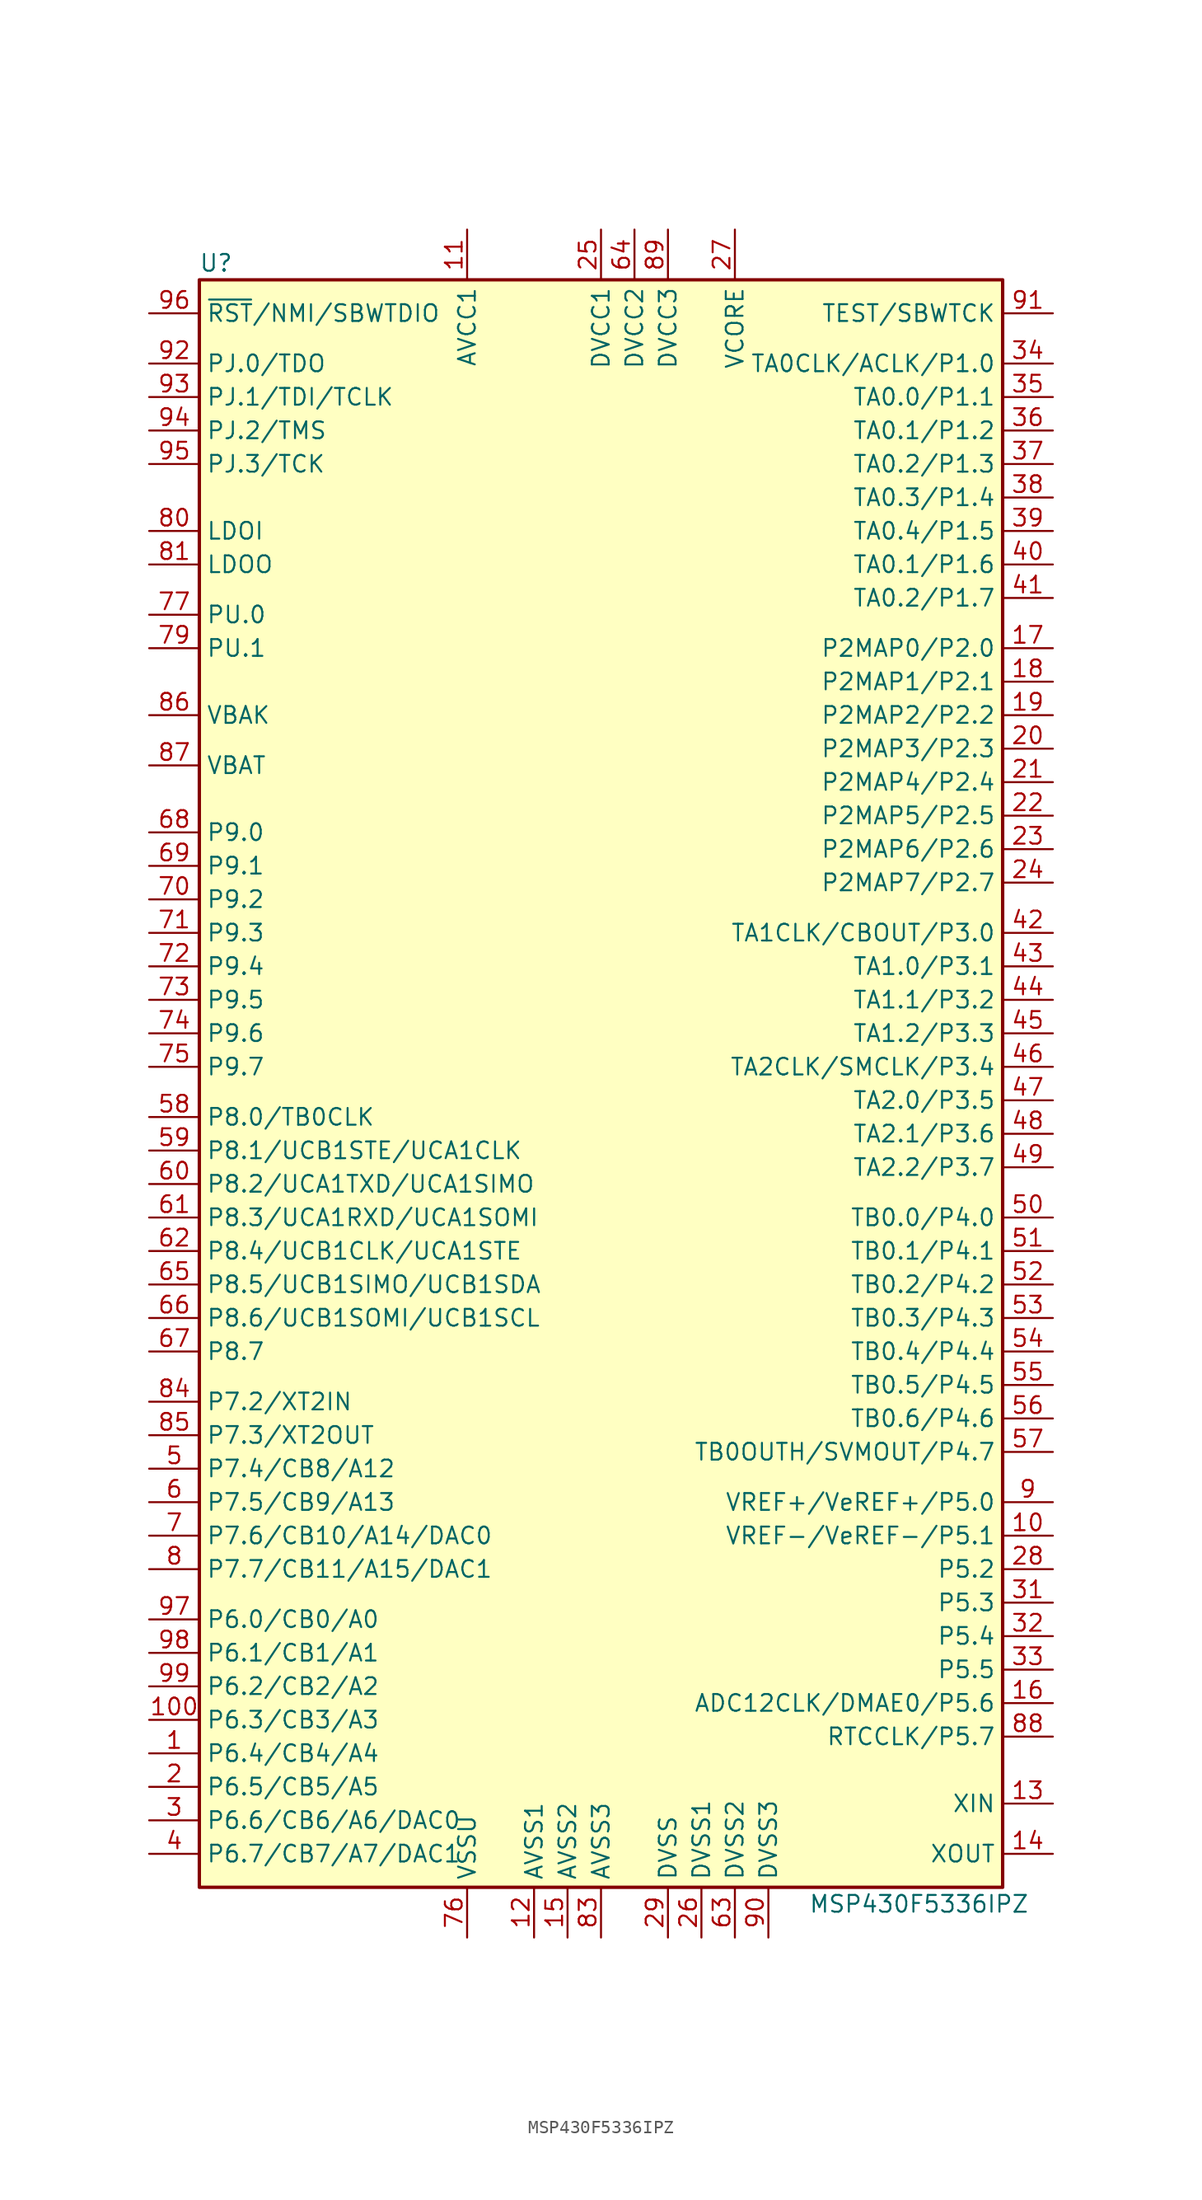
<source format=kicad_sym>
(kicad_symbol_lib
  (version 20220914)
  (generator kicad_symbol_editor)
  (symbol "MSP430F5336IPZ"
    (property "Reference" "U"
      (at -29.21 60.96 0)
      (effects (font (size 1.27 1.27))))
    (property "Value" "MSP430F5336IPZ"
      (at 24.13 -63.5 0)
      (effects (font (size 1.27 1.27))))
    (symbol "MSP430F5336IPZ_0_1"
      (rectangle (start -30.48 59.69) (end 30.48 -62.23) (stroke (width 0.254) (type default)) (fill (type background))))
    (symbol "MSP430F5336IPZ_1_1"
      (pin bidirectional line (at -34.29 -52.07 0) (length 3.81) (name "P6.4/CB4/A4" (effects (font (size 1.27 1.27)))) (number "1" (effects (font (size 1.27 1.27)))))
      (pin bidirectional line (at 34.29 -35.56 180) (length 3.81) (name "VREF-/VeREF-/P5.1" (effects (font (size 1.27 1.27)))) (number "10" (effects (font (size 1.27 1.27)))))
      (pin bidirectional line (at -34.29 -49.53 0) (length 3.81) (name "P6.3/CB3/A3" (effects (font (size 1.27 1.27)))) (number "100" (effects (font (size 1.27 1.27)))))
      (pin power_in line (at -10.16 63.5 270) (length 3.81) (name "AVCC1" (effects (font (size 1.27 1.27)))) (number "11" (effects (font (size 1.27 1.27)))))
      (pin power_in line (at -5.08 -66.04 90) (length 3.81) (name "AVSS1" (effects (font (size 1.27 1.27)))) (number "12" (effects (font (size 1.27 1.27)))))
      (pin bidirectional line (at 34.29 -55.88 180) (length 3.81) (name "XIN" (effects (font (size 1.27 1.27)))) (number "13" (effects (font (size 1.27 1.27)))))
      (pin bidirectional line (at 34.29 -59.69 180) (length 3.81) (name "XOUT" (effects (font (size 1.27 1.27)))) (number "14" (effects (font (size 1.27 1.27)))))
      (pin power_in line (at -2.54 -66.04 90) (length 3.81) (name "AVSS2" (effects (font (size 1.27 1.27)))) (number "15" (effects (font (size 1.27 1.27)))))
      (pin bidirectional line (at 34.29 -48.26 180) (length 3.81) (name "ADC12CLK/DMAE0/P5.6" (effects (font (size 1.27 1.27)))) (number "16" (effects (font (size 1.27 1.27)))))
      (pin bidirectional line (at 34.29 31.75 180) (length 3.81) (name "P2MAP0/P2.0" (effects (font (size 1.27 1.27)))) (number "17" (effects (font (size 1.27 1.27)))))
      (pin bidirectional line (at 34.29 29.21 180) (length 3.81) (name "P2MAP1/P2.1" (effects (font (size 1.27 1.27)))) (number "18" (effects (font (size 1.27 1.27)))))
      (pin bidirectional line (at 34.29 26.67 180) (length 3.81) (name "P2MAP2/P2.2" (effects (font (size 1.27 1.27)))) (number "19" (effects (font (size 1.27 1.27)))))
      (pin bidirectional line (at -34.29 -54.61 0) (length 3.81) (name "P6.5/CB5/A5" (effects (font (size 1.27 1.27)))) (number "2" (effects (font (size 1.27 1.27)))))
      (pin bidirectional line (at 34.29 24.13 180) (length 3.81) (name "P2MAP3/P2.3" (effects (font (size 1.27 1.27)))) (number "20" (effects (font (size 1.27 1.27)))))
      (pin bidirectional line (at 34.29 21.59 180) (length 3.81) (name "P2MAP4/P2.4" (effects (font (size 1.27 1.27)))) (number "21" (effects (font (size 1.27 1.27)))))
      (pin bidirectional line (at 34.29 19.05 180) (length 3.81) (name "P2MAP5/P2.5" (effects (font (size 1.27 1.27)))) (number "22" (effects (font (size 1.27 1.27)))))
      (pin bidirectional line (at 34.29 16.51 180) (length 3.81) (name "P2MAP6/P2.6" (effects (font (size 1.27 1.27)))) (number "23" (effects (font (size 1.27 1.27)))))
      (pin bidirectional line (at 34.29 13.97 180) (length 3.81) (name "P2MAP7/P2.7" (effects (font (size 1.27 1.27)))) (number "24" (effects (font (size 1.27 1.27)))))
      (pin power_in line (at 0 63.5 270) (length 3.81) (name "DVCC1" (effects (font (size 1.27 1.27)))) (number "25" (effects (font (size 1.27 1.27)))))
      (pin power_in line (at 7.62 -66.04 90) (length 3.81) (name "DVSS1" (effects (font (size 1.27 1.27)))) (number "26" (effects (font (size 1.27 1.27)))))
      (pin bidirectional line (at 10.16 63.5 270) (length 3.81) (name "VCORE" (effects (font (size 1.27 1.27)))) (number "27" (effects (font (size 1.27 1.27)))))
      (pin bidirectional line (at 34.29 -38.1 180) (length 3.81) (name "P5.2" (effects (font (size 1.27 1.27)))) (number "28" (effects (font (size 1.27 1.27)))))
      (pin power_in line (at 5.08 -66.04 90) (length 3.81) (name "DVSS" (effects (font (size 1.27 1.27)))) (number "29" (effects (font (size 1.27 1.27)))))
      (pin bidirectional line (at -34.29 -57.15 0) (length 3.81) (name "P6.6/CB6/A6/DAC0" (effects (font (size 1.27 1.27)))) (number "3" (effects (font (size 1.27 1.27)))))
      (pin bidirectional line (at 34.29 -40.64 180) (length 3.81) (name "P5.3" (effects (font (size 1.27 1.27)))) (number "31" (effects (font (size 1.27 1.27)))))
      (pin bidirectional line (at 34.29 -43.18 180) (length 3.81) (name "P5.4" (effects (font (size 1.27 1.27)))) (number "32" (effects (font (size 1.27 1.27)))))
      (pin bidirectional line (at 34.29 -45.72 180) (length 3.81) (name "P5.5" (effects (font (size 1.27 1.27)))) (number "33" (effects (font (size 1.27 1.27)))))
      (pin bidirectional line (at 34.29 53.34 180) (length 3.81) (name "TA0CLK/ACLK/P1.0" (effects (font (size 1.27 1.27)))) (number "34" (effects (font (size 1.27 1.27)))))
      (pin bidirectional line (at 34.29 50.8 180) (length 3.81) (name "TA0.0/P1.1" (effects (font (size 1.27 1.27)))) (number "35" (effects (font (size 1.27 1.27)))))
      (pin bidirectional line (at 34.29 48.26 180) (length 3.81) (name "TA0.1/P1.2" (effects (font (size 1.27 1.27)))) (number "36" (effects (font (size 1.27 1.27)))))
      (pin bidirectional line (at 34.29 45.72 180) (length 3.81) (name "TA0.2/P1.3" (effects (font (size 1.27 1.27)))) (number "37" (effects (font (size 1.27 1.27)))))
      (pin bidirectional line (at 34.29 43.18 180) (length 3.81) (name "TA0.3/P1.4" (effects (font (size 1.27 1.27)))) (number "38" (effects (font (size 1.27 1.27)))))
      (pin bidirectional line (at 34.29 40.64 180) (length 3.81) (name "TA0.4/P1.5" (effects (font (size 1.27 1.27)))) (number "39" (effects (font (size 1.27 1.27)))))
      (pin bidirectional line (at -34.29 -59.69 0) (length 3.81) (name "P6.7/CB7/A7/DAC1" (effects (font (size 1.27 1.27)))) (number "4" (effects (font (size 1.27 1.27)))))
      (pin bidirectional line (at 34.29 38.1 180) (length 3.81) (name "TA0.1/P1.6" (effects (font (size 1.27 1.27)))) (number "40" (effects (font (size 1.27 1.27)))))
      (pin bidirectional line (at 34.29 35.56 180) (length 3.81) (name "TA0.2/P1.7" (effects (font (size 1.27 1.27)))) (number "41" (effects (font (size 1.27 1.27)))))
      (pin bidirectional line (at 34.29 10.16 180) (length 3.81) (name "TA1CLK/CBOUT/P3.0" (effects (font (size 1.27 1.27)))) (number "42" (effects (font (size 1.27 1.27)))))
      (pin bidirectional line (at 34.29 7.62 180) (length 3.81) (name "TA1.0/P3.1" (effects (font (size 1.27 1.27)))) (number "43" (effects (font (size 1.27 1.27)))))
      (pin bidirectional line (at 34.29 5.08 180) (length 3.81) (name "TA1.1/P3.2" (effects (font (size 1.27 1.27)))) (number "44" (effects (font (size 1.27 1.27)))))
      (pin bidirectional line (at 34.29 2.54 180) (length 3.81) (name "TA1.2/P3.3" (effects (font (size 1.27 1.27)))) (number "45" (effects (font (size 1.27 1.27)))))
      (pin bidirectional line (at 34.29 0 180) (length 3.81) (name "TA2CLK/SMCLK/P3.4" (effects (font (size 1.27 1.27)))) (number "46" (effects (font (size 1.27 1.27)))))
      (pin bidirectional line (at 34.29 -2.54 180) (length 3.81) (name "TA2.0/P3.5" (effects (font (size 1.27 1.27)))) (number "47" (effects (font (size 1.27 1.27)))))
      (pin bidirectional line (at 34.29 -5.08 180) (length 3.81) (name "TA2.1/P3.6" (effects (font (size 1.27 1.27)))) (number "48" (effects (font (size 1.27 1.27)))))
      (pin bidirectional line (at 34.29 -7.62 180) (length 3.81) (name "TA2.2/P3.7" (effects (font (size 1.27 1.27)))) (number "49" (effects (font (size 1.27 1.27)))))
      (pin bidirectional line (at -34.29 -30.48 0) (length 3.81) (name "P7.4/CB8/A12" (effects (font (size 1.27 1.27)))) (number "5" (effects (font (size 1.27 1.27)))))
      (pin bidirectional line (at 34.29 -11.43 180) (length 3.81) (name "TB0.0/P4.0" (effects (font (size 1.27 1.27)))) (number "50" (effects (font (size 1.27 1.27)))))
      (pin bidirectional line (at 34.29 -13.97 180) (length 3.81) (name "TB0.1/P4.1" (effects (font (size 1.27 1.27)))) (number "51" (effects (font (size 1.27 1.27)))))
      (pin bidirectional line (at 34.29 -16.51 180) (length 3.81) (name "TB0.2/P4.2" (effects (font (size 1.27 1.27)))) (number "52" (effects (font (size 1.27 1.27)))))
      (pin bidirectional line (at 34.29 -19.05 180) (length 3.81) (name "TB0.3/P4.3" (effects (font (size 1.27 1.27)))) (number "53" (effects (font (size 1.27 1.27)))))
      (pin bidirectional line (at 34.29 -21.59 180) (length 3.81) (name "TB0.4/P4.4" (effects (font (size 1.27 1.27)))) (number "54" (effects (font (size 1.27 1.27)))))
      (pin bidirectional line (at 34.29 -24.13 180) (length 3.81) (name "TB0.5/P4.5" (effects (font (size 1.27 1.27)))) (number "55" (effects (font (size 1.27 1.27)))))
      (pin bidirectional line (at 34.29 -26.67 180) (length 3.81) (name "TB0.6/P4.6" (effects (font (size 1.27 1.27)))) (number "56" (effects (font (size 1.27 1.27)))))
      (pin bidirectional line (at 34.29 -29.21 180) (length 3.81) (name "TB0OUTH/SVMOUT/P4.7" (effects (font (size 1.27 1.27)))) (number "57" (effects (font (size 1.27 1.27)))))
      (pin bidirectional line (at -34.29 -3.81 0) (length 3.81) (name "P8.0/TB0CLK" (effects (font (size 1.27 1.27)))) (number "58" (effects (font (size 1.27 1.27)))))
      (pin bidirectional line (at -34.29 -6.35 0) (length 3.81) (name "P8.1/UCB1STE/UCA1CLK" (effects (font (size 1.27 1.27)))) (number "59" (effects (font (size 1.27 1.27)))))
      (pin bidirectional line (at -34.29 -33.02 0) (length 3.81) (name "P7.5/CB9/A13" (effects (font (size 1.27 1.27)))) (number "6" (effects (font (size 1.27 1.27)))))
      (pin bidirectional line (at -34.29 -8.89 0) (length 3.81) (name "P8.2/UCA1TXD/UCA1SIMO" (effects (font (size 1.27 1.27)))) (number "60" (effects (font (size 1.27 1.27)))))
      (pin bidirectional line (at -34.29 -11.43 0) (length 3.81) (name "P8.3/UCA1RXD/UCA1SOMI" (effects (font (size 1.27 1.27)))) (number "61" (effects (font (size 1.27 1.27)))))
      (pin bidirectional line (at -34.29 -13.97 0) (length 3.81) (name "P8.4/UCB1CLK/UCA1STE" (effects (font (size 1.27 1.27)))) (number "62" (effects (font (size 1.27 1.27)))))
      (pin power_in line (at 10.16 -66.04 90) (length 3.81) (name "DVSS2" (effects (font (size 1.27 1.27)))) (number "63" (effects (font (size 1.27 1.27)))))
      (pin power_in line (at 2.54 63.5 270) (length 3.81) (name "DVCC2" (effects (font (size 1.27 1.27)))) (number "64" (effects (font (size 1.27 1.27)))))
      (pin bidirectional line (at -34.29 -16.51 0) (length 3.81) (name "P8.5/UCB1SIMO/UCB1SDA" (effects (font (size 1.27 1.27)))) (number "65" (effects (font (size 1.27 1.27)))))
      (pin bidirectional line (at -34.29 -19.05 0) (length 3.81) (name "P8.6/UCB1SOMI/UCB1SCL" (effects (font (size 1.27 1.27)))) (number "66" (effects (font (size 1.27 1.27)))))
      (pin bidirectional line (at -34.29 -21.59 0) (length 3.81) (name "P8.7" (effects (font (size 1.27 1.27)))) (number "67" (effects (font (size 1.27 1.27)))))
      (pin bidirectional line (at -34.29 17.78 0) (length 3.81) (name "P9.0" (effects (font (size 1.27 1.27)))) (number "68" (effects (font (size 1.27 1.27)))))
      (pin bidirectional line (at -34.29 15.24 0) (length 3.81) (name "P9.1" (effects (font (size 1.27 1.27)))) (number "69" (effects (font (size 1.27 1.27)))))
      (pin bidirectional line (at -34.29 -35.56 0) (length 3.81) (name "P7.6/CB10/A14/DAC0" (effects (font (size 1.27 1.27)))) (number "7" (effects (font (size 1.27 1.27)))))
      (pin bidirectional line (at -34.29 12.7 0) (length 3.81) (name "P9.2" (effects (font (size 1.27 1.27)))) (number "70" (effects (font (size 1.27 1.27)))))
      (pin bidirectional line (at -34.29 10.16 0) (length 3.81) (name "P9.3" (effects (font (size 1.27 1.27)))) (number "71" (effects (font (size 1.27 1.27)))))
      (pin bidirectional line (at -34.29 7.62 0) (length 3.81) (name "P9.4" (effects (font (size 1.27 1.27)))) (number "72" (effects (font (size 1.27 1.27)))))
      (pin bidirectional line (at -34.29 5.08 0) (length 3.81) (name "P9.5" (effects (font (size 1.27 1.27)))) (number "73" (effects (font (size 1.27 1.27)))))
      (pin bidirectional line (at -34.29 2.54 0) (length 3.81) (name "P9.6" (effects (font (size 1.27 1.27)))) (number "74" (effects (font (size 1.27 1.27)))))
      (pin bidirectional line (at -34.29 0 0) (length 3.81) (name "P9.7" (effects (font (size 1.27 1.27)))) (number "75" (effects (font (size 1.27 1.27)))))
      (pin power_in line (at -10.16 -66.04 90) (length 3.81) (name "VSSU" (effects (font (size 1.27 1.27)))) (number "76" (effects (font (size 1.27 1.27)))))
      (pin bidirectional line (at -34.29 34.29 0) (length 3.81) (name "PU.0" (effects (font (size 1.27 1.27)))) (number "77" (effects (font (size 1.27 1.27)))))
      (pin bidirectional line (at -34.29 31.75 0) (length 3.81) (name "PU.1" (effects (font (size 1.27 1.27)))) (number "79" (effects (font (size 1.27 1.27)))))
      (pin bidirectional line (at -34.29 -38.1 0) (length 3.81) (name "P7.7/CB11/A15/DAC1" (effects (font (size 1.27 1.27)))) (number "8" (effects (font (size 1.27 1.27)))))
      (pin bidirectional line (at -34.29 40.64 0) (length 3.81) (name "LDOI" (effects (font (size 1.27 1.27)))) (number "80" (effects (font (size 1.27 1.27)))))
      (pin bidirectional line (at -34.29 38.1 0) (length 3.81) (name "LDOO" (effects (font (size 1.27 1.27)))) (number "81" (effects (font (size 1.27 1.27)))))
      (pin power_in line (at 0 -66.04 90) (length 3.81) (name "AVSS3" (effects (font (size 1.27 1.27)))) (number "83" (effects (font (size 1.27 1.27)))))
      (pin bidirectional line (at -34.29 -25.4 0) (length 3.81) (name "P7.2/XT2IN" (effects (font (size 1.27 1.27)))) (number "84" (effects (font (size 1.27 1.27)))))
      (pin bidirectional line (at -34.29 -27.94 0) (length 3.81) (name "P7.3/XT2OUT" (effects (font (size 1.27 1.27)))) (number "85" (effects (font (size 1.27 1.27)))))
      (pin bidirectional line (at -34.29 26.67 0) (length 3.81) (name "VBAK" (effects (font (size 1.27 1.27)))) (number "86" (effects (font (size 1.27 1.27)))))
      (pin bidirectional line (at -34.29 22.86 0) (length 3.81) (name "VBAT" (effects (font (size 1.27 1.27)))) (number "87" (effects (font (size 1.27 1.27)))))
      (pin bidirectional line (at 34.29 -50.8 180) (length 3.81) (name "RTCCLK/P5.7" (effects (font (size 1.27 1.27)))) (number "88" (effects (font (size 1.27 1.27)))))
      (pin power_in line (at 5.08 63.5 270) (length 3.81) (name "DVCC3" (effects (font (size 1.27 1.27)))) (number "89" (effects (font (size 1.27 1.27)))))
      (pin bidirectional line (at 34.29 -33.02 180) (length 3.81) (name "VREF+/VeREF+/P5.0" (effects (font (size 1.27 1.27)))) (number "9" (effects (font (size 1.27 1.27)))))
      (pin power_in line (at 12.7 -66.04 90) (length 3.81) (name "DVSS3" (effects (font (size 1.27 1.27)))) (number "90" (effects (font (size 1.27 1.27)))))
      (pin input line (at 34.29 57.15 180) (length 3.81) (name "TEST/SBWTCK" (effects (font (size 1.27 1.27)))) (number "91" (effects (font (size 1.27 1.27)))))
      (pin bidirectional line (at -34.29 53.34 0) (length 3.81) (name "PJ.0/TDO" (effects (font (size 1.27 1.27)))) (number "92" (effects (font (size 1.27 1.27)))))
      (pin bidirectional line (at -34.29 50.8 0) (length 3.81) (name "PJ.1/TDI/TCLK" (effects (font (size 1.27 1.27)))) (number "93" (effects (font (size 1.27 1.27)))))
      (pin bidirectional line (at -34.29 48.26 0) (length 3.81) (name "PJ.2/TMS" (effects (font (size 1.27 1.27)))) (number "94" (effects (font (size 1.27 1.27)))))
      (pin bidirectional line (at -34.29 45.72 0) (length 3.81) (name "PJ.3/TCK" (effects (font (size 1.27 1.27)))) (number "95" (effects (font (size 1.27 1.27)))))
      (pin input line (at -34.29 57.15 0) (length 3.81) (name "~{RST}/NMI/SBWTDIO" (effects (font (size 1.27 1.27)))) (number "96" (effects (font (size 1.27 1.27)))))
      (pin bidirectional line (at -34.29 -41.91 0) (length 3.81) (name "P6.0/CB0/A0" (effects (font (size 1.27 1.27)))) (number "97" (effects (font (size 1.27 1.27)))))
      (pin bidirectional line (at -34.29 -44.45 0) (length 3.81) (name "P6.1/CB1/A1" (effects (font (size 1.27 1.27)))) (number "98" (effects (font (size 1.27 1.27)))))
      (pin bidirectional line (at -34.29 -46.99 0) (length 3.81) (name "P6.2/CB2/A2" (effects (font (size 1.27 1.27)))) (number "99" (effects (font (size 1.27 1.27))))))))
</source>
